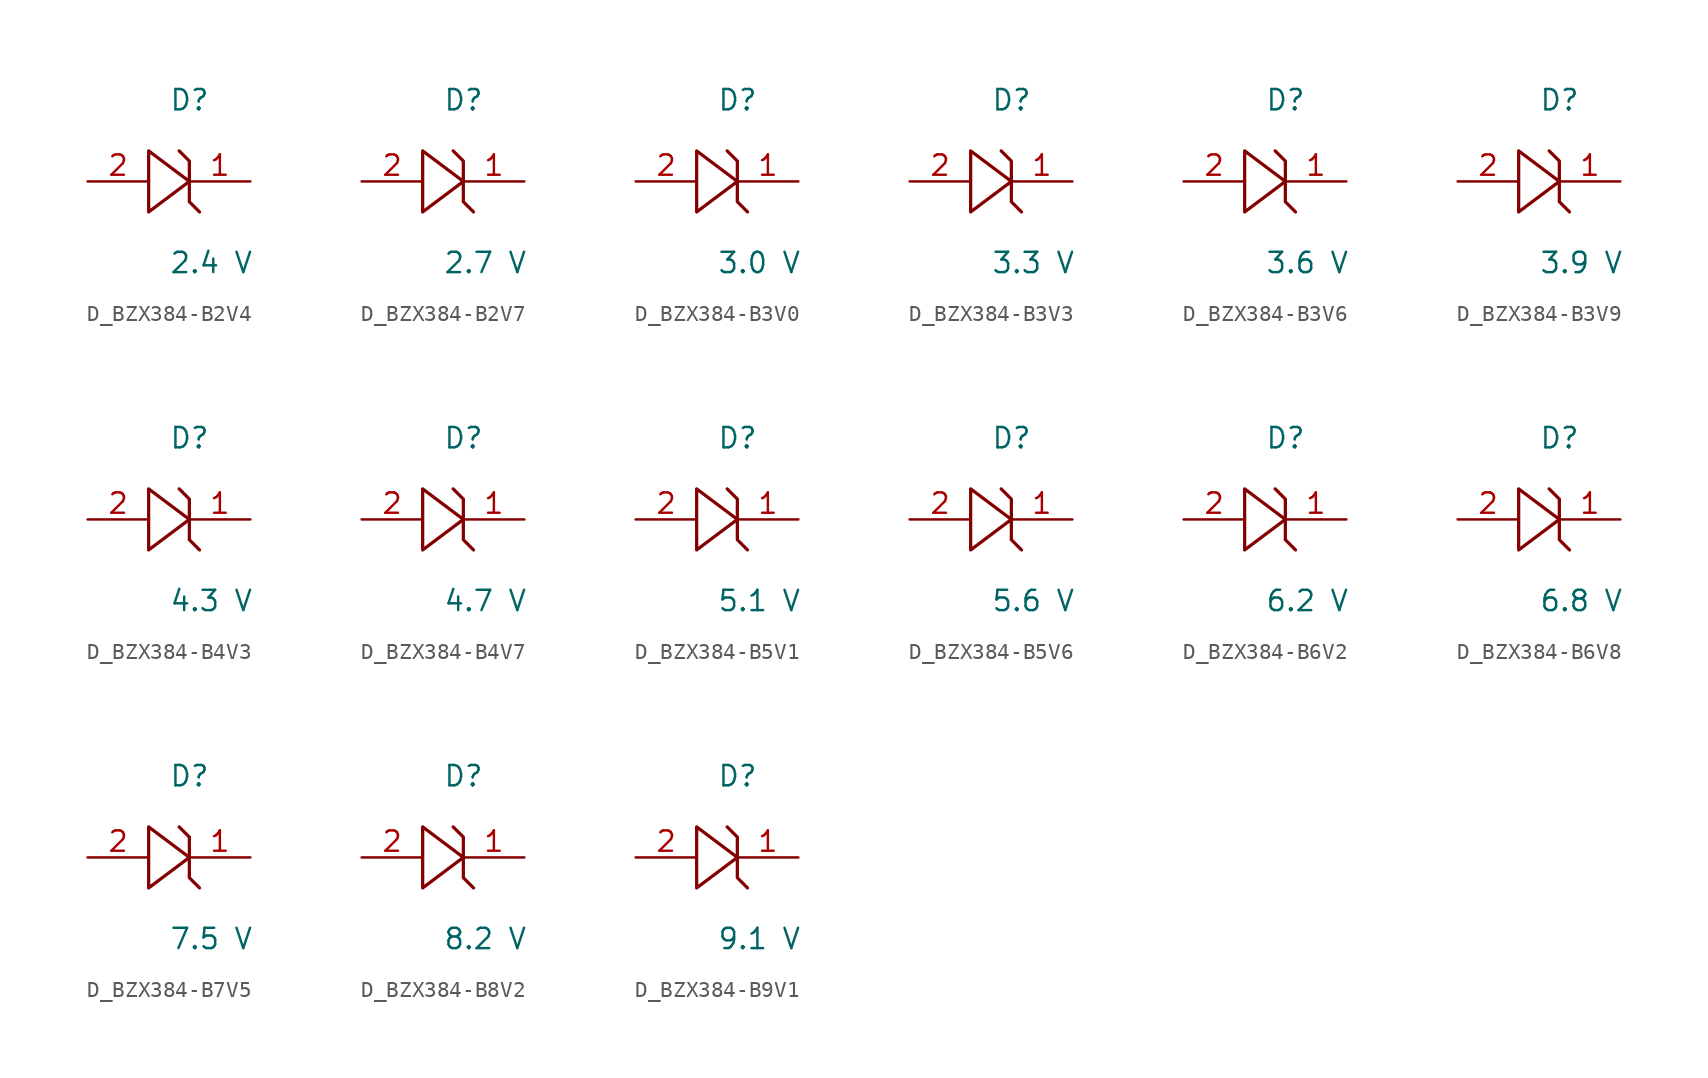
<source format=kicad_sym>
(kicad_symbol_lib
  (version 20231120)
  (generator kicad_symbol_editor)
  (generator_version 8.0)
  (symbol "D_BZX384-B2V4"
    (pin_names
      (offset 0.254))
    (property "Reference" "D"
      (at 0.0 5.08 0)
      (effects (font (size 1.27 1.27)) (justify left)))
    (property "Value" "2.4 V"
      (at 0.0 -5.08 0)
      (effects (font (size 1.27 1.27)) (justify left)))
    (symbol "D_BZX384-B2V4_1_0"
      (polyline (pts (xy 0.635 1.905) (xy 1.27 1.27) (xy 1.27 0) (xy -1.27 1.905) (xy -1.27 -1.905) (xy 1.27 0) (xy 1.27 -1.27) (xy 1.905 -1.905)) (stroke (width 0.203) (type default)) (fill (type none)))
      (pin unspecified line (at 5.08 0 180) (length 3.81) (name "" (effects (font (size 1.27 1.27)))) (number "1" (effects (font (size 1.27 1.27)))))
      (pin unspecified line (at -5.08 0 0) (length 3.81) (name "" (effects (font (size 1.27 1.27)))) (number "2" (effects (font (size 1.27 1.27)))))))
  (symbol "D_BZX384-B2V7"
    (pin_names
      (offset 0.254))
    (property "Reference" "D"
      (at 0.0 5.08 0)
      (effects (font (size 1.27 1.27)) (justify left)))
    (property "Value" "2.7 V"
      (at 0.0 -5.08 0)
      (effects (font (size 1.27 1.27)) (justify left)))
    (symbol "D_BZX384-B2V7_1_0"
      (polyline (pts (xy 0.635 1.905) (xy 1.27 1.27) (xy 1.27 0) (xy -1.27 1.905) (xy -1.27 -1.905) (xy 1.27 0) (xy 1.27 -1.27) (xy 1.905 -1.905)) (stroke (width 0.203) (type default)) (fill (type none)))
      (pin unspecified line (at 5.08 0 180) (length 3.81) (name "" (effects (font (size 1.27 1.27)))) (number "1" (effects (font (size 1.27 1.27)))))
      (pin unspecified line (at -5.08 0 0) (length 3.81) (name "" (effects (font (size 1.27 1.27)))) (number "2" (effects (font (size 1.27 1.27)))))))
  (symbol "D_BZX384-B3V0"
    (pin_names
      (offset 0.254))
    (property "Reference" "D"
      (at 0.0 5.08 0)
      (effects (font (size 1.27 1.27)) (justify left)))
    (property "Value" "3.0 V"
      (at 0.0 -5.08 0)
      (effects (font (size 1.27 1.27)) (justify left)))
    (symbol "D_BZX384-B3V0_1_0"
      (polyline (pts (xy 0.635 1.905) (xy 1.27 1.27) (xy 1.27 0) (xy -1.27 1.905) (xy -1.27 -1.905) (xy 1.27 0) (xy 1.27 -1.27) (xy 1.905 -1.905)) (stroke (width 0.203) (type default)) (fill (type none)))
      (pin unspecified line (at 5.08 0 180) (length 3.81) (name "" (effects (font (size 1.27 1.27)))) (number "1" (effects (font (size 1.27 1.27)))))
      (pin unspecified line (at -5.08 0 0) (length 3.81) (name "" (effects (font (size 1.27 1.27)))) (number "2" (effects (font (size 1.27 1.27)))))))
  (symbol "D_BZX384-B3V3"
    (pin_names
      (offset 0.254))
    (property "Reference" "D"
      (at 0.0 5.08 0)
      (effects (font (size 1.27 1.27)) (justify left)))
    (property "Value" "3.3 V"
      (at 0.0 -5.08 0)
      (effects (font (size 1.27 1.27)) (justify left)))
    (symbol "D_BZX384-B3V3_1_0"
      (polyline (pts (xy 0.635 1.905) (xy 1.27 1.27) (xy 1.27 0) (xy -1.27 1.905) (xy -1.27 -1.905) (xy 1.27 0) (xy 1.27 -1.27) (xy 1.905 -1.905)) (stroke (width 0.203) (type default)) (fill (type none)))
      (pin unspecified line (at 5.08 0 180) (length 3.81) (name "" (effects (font (size 1.27 1.27)))) (number "1" (effects (font (size 1.27 1.27)))))
      (pin unspecified line (at -5.08 0 0) (length 3.81) (name "" (effects (font (size 1.27 1.27)))) (number "2" (effects (font (size 1.27 1.27)))))))
  (symbol "D_BZX384-B3V6"
    (pin_names
      (offset 0.254))
    (property "Reference" "D"
      (at 0.0 5.08 0)
      (effects (font (size 1.27 1.27)) (justify left)))
    (property "Value" "3.6 V"
      (at 0.0 -5.08 0)
      (effects (font (size 1.27 1.27)) (justify left)))
    (symbol "D_BZX384-B3V6_1_0"
      (polyline (pts (xy 0.635 1.905) (xy 1.27 1.27) (xy 1.27 0) (xy -1.27 1.905) (xy -1.27 -1.905) (xy 1.27 0) (xy 1.27 -1.27) (xy 1.905 -1.905)) (stroke (width 0.203) (type default)) (fill (type none)))
      (pin unspecified line (at 5.08 0 180) (length 3.81) (name "" (effects (font (size 1.27 1.27)))) (number "1" (effects (font (size 1.27 1.27)))))
      (pin unspecified line (at -5.08 0 0) (length 3.81) (name "" (effects (font (size 1.27 1.27)))) (number "2" (effects (font (size 1.27 1.27)))))))
  (symbol "D_BZX384-B3V9"
    (pin_names
      (offset 0.254))
    (property "Reference" "D"
      (at 0.0 5.08 0)
      (effects (font (size 1.27 1.27)) (justify left)))
    (property "Value" "3.9 V"
      (at 0.0 -5.08 0)
      (effects (font (size 1.27 1.27)) (justify left)))
    (symbol "D_BZX384-B3V9_1_0"
      (polyline (pts (xy 0.635 1.905) (xy 1.27 1.27) (xy 1.27 0) (xy -1.27 1.905) (xy -1.27 -1.905) (xy 1.27 0) (xy 1.27 -1.27) (xy 1.905 -1.905)) (stroke (width 0.203) (type default)) (fill (type none)))
      (pin unspecified line (at 5.08 0 180) (length 3.81) (name "" (effects (font (size 1.27 1.27)))) (number "1" (effects (font (size 1.27 1.27)))))
      (pin unspecified line (at -5.08 0 0) (length 3.81) (name "" (effects (font (size 1.27 1.27)))) (number "2" (effects (font (size 1.27 1.27)))))))
  (symbol "D_BZX384-B4V3"
    (pin_names
      (offset 0.254))
    (property "Reference" "D"
      (at 0.0 5.08 0)
      (effects (font (size 1.27 1.27)) (justify left)))
    (property "Value" "4.3 V"
      (at 0.0 -5.08 0)
      (effects (font (size 1.27 1.27)) (justify left)))
    (symbol "D_BZX384-B4V3_1_0"
      (polyline (pts (xy 0.635 1.905) (xy 1.27 1.27) (xy 1.27 0) (xy -1.27 1.905) (xy -1.27 -1.905) (xy 1.27 0) (xy 1.27 -1.27) (xy 1.905 -1.905)) (stroke (width 0.203) (type default)) (fill (type none)))
      (pin unspecified line (at 5.08 0 180) (length 3.81) (name "" (effects (font (size 1.27 1.27)))) (number "1" (effects (font (size 1.27 1.27)))))
      (pin unspecified line (at -5.08 0 0) (length 3.81) (name "" (effects (font (size 1.27 1.27)))) (number "2" (effects (font (size 1.27 1.27)))))))
  (symbol "D_BZX384-B4V7"
    (pin_names
      (offset 0.254))
    (property "Reference" "D"
      (at 0.0 5.08 0)
      (effects (font (size 1.27 1.27)) (justify left)))
    (property "Value" "4.7 V"
      (at 0.0 -5.08 0)
      (effects (font (size 1.27 1.27)) (justify left)))
    (symbol "D_BZX384-B4V7_1_0"
      (polyline (pts (xy 0.635 1.905) (xy 1.27 1.27) (xy 1.27 0) (xy -1.27 1.905) (xy -1.27 -1.905) (xy 1.27 0) (xy 1.27 -1.27) (xy 1.905 -1.905)) (stroke (width 0.203) (type default)) (fill (type none)))
      (pin unspecified line (at 5.08 0 180) (length 3.81) (name "" (effects (font (size 1.27 1.27)))) (number "1" (effects (font (size 1.27 1.27)))))
      (pin unspecified line (at -5.08 0 0) (length 3.81) (name "" (effects (font (size 1.27 1.27)))) (number "2" (effects (font (size 1.27 1.27)))))))
  (symbol "D_BZX384-B5V1"
    (pin_names
      (offset 0.254))
    (property "Reference" "D"
      (at 0.0 5.08 0)
      (effects (font (size 1.27 1.27)) (justify left)))
    (property "Value" "5.1 V"
      (at 0.0 -5.08 0)
      (effects (font (size 1.27 1.27)) (justify left)))
    (symbol "D_BZX384-B5V1_1_0"
      (polyline (pts (xy 0.635 1.905) (xy 1.27 1.27) (xy 1.27 0) (xy -1.27 1.905) (xy -1.27 -1.905) (xy 1.27 0) (xy 1.27 -1.27) (xy 1.905 -1.905)) (stroke (width 0.203) (type default)) (fill (type none)))
      (pin unspecified line (at 5.08 0 180) (length 3.81) (name "" (effects (font (size 1.27 1.27)))) (number "1" (effects (font (size 1.27 1.27)))))
      (pin unspecified line (at -5.08 0 0) (length 3.81) (name "" (effects (font (size 1.27 1.27)))) (number "2" (effects (font (size 1.27 1.27)))))))
  (symbol "D_BZX384-B5V6"
    (pin_names
      (offset 0.254))
    (property "Reference" "D"
      (at 0.0 5.08 0)
      (effects (font (size 1.27 1.27)) (justify left)))
    (property "Value" "5.6 V"
      (at 0.0 -5.08 0)
      (effects (font (size 1.27 1.27)) (justify left)))
    (symbol "D_BZX384-B5V6_1_0"
      (polyline (pts (xy 0.635 1.905) (xy 1.27 1.27) (xy 1.27 0) (xy -1.27 1.905) (xy -1.27 -1.905) (xy 1.27 0) (xy 1.27 -1.27) (xy 1.905 -1.905)) (stroke (width 0.203) (type default)) (fill (type none)))
      (pin unspecified line (at 5.08 0 180) (length 3.81) (name "" (effects (font (size 1.27 1.27)))) (number "1" (effects (font (size 1.27 1.27)))))
      (pin unspecified line (at -5.08 0 0) (length 3.81) (name "" (effects (font (size 1.27 1.27)))) (number "2" (effects (font (size 1.27 1.27)))))))
  (symbol "D_BZX384-B6V2"
    (pin_names
      (offset 0.254))
    (property "Reference" "D"
      (at 0.0 5.08 0)
      (effects (font (size 1.27 1.27)) (justify left)))
    (property "Value" "6.2 V"
      (at 0.0 -5.08 0)
      (effects (font (size 1.27 1.27)) (justify left)))
    (symbol "D_BZX384-B6V2_1_0"
      (polyline (pts (xy 0.635 1.905) (xy 1.27 1.27) (xy 1.27 0) (xy -1.27 1.905) (xy -1.27 -1.905) (xy 1.27 0) (xy 1.27 -1.27) (xy 1.905 -1.905)) (stroke (width 0.203) (type default)) (fill (type none)))
      (pin unspecified line (at 5.08 0 180) (length 3.81) (name "" (effects (font (size 1.27 1.27)))) (number "1" (effects (font (size 1.27 1.27)))))
      (pin unspecified line (at -5.08 0 0) (length 3.81) (name "" (effects (font (size 1.27 1.27)))) (number "2" (effects (font (size 1.27 1.27)))))))
  (symbol "D_BZX384-B6V8"
    (pin_names
      (offset 0.254))
    (property "Reference" "D"
      (at 0.0 5.08 0)
      (effects (font (size 1.27 1.27)) (justify left)))
    (property "Value" "6.8 V"
      (at 0.0 -5.08 0)
      (effects (font (size 1.27 1.27)) (justify left)))
    (symbol "D_BZX384-B6V8_1_0"
      (polyline (pts (xy 0.635 1.905) (xy 1.27 1.27) (xy 1.27 0) (xy -1.27 1.905) (xy -1.27 -1.905) (xy 1.27 0) (xy 1.27 -1.27) (xy 1.905 -1.905)) (stroke (width 0.203) (type default)) (fill (type none)))
      (pin unspecified line (at 5.08 0 180) (length 3.81) (name "" (effects (font (size 1.27 1.27)))) (number "1" (effects (font (size 1.27 1.27)))))
      (pin unspecified line (at -5.08 0 0) (length 3.81) (name "" (effects (font (size 1.27 1.27)))) (number "2" (effects (font (size 1.27 1.27)))))))
  (symbol "D_BZX384-B7V5"
    (pin_names
      (offset 0.254))
    (property "Reference" "D"
      (at 0.0 5.08 0)
      (effects (font (size 1.27 1.27)) (justify left)))
    (property "Value" "7.5 V"
      (at 0.0 -5.08 0)
      (effects (font (size 1.27 1.27)) (justify left)))
    (symbol "D_BZX384-B7V5_1_0"
      (polyline (pts (xy 0.635 1.905) (xy 1.27 1.27) (xy 1.27 0) (xy -1.27 1.905) (xy -1.27 -1.905) (xy 1.27 0) (xy 1.27 -1.27) (xy 1.905 -1.905)) (stroke (width 0.203) (type default)) (fill (type none)))
      (pin unspecified line (at 5.08 0 180) (length 3.81) (name "" (effects (font (size 1.27 1.27)))) (number "1" (effects (font (size 1.27 1.27)))))
      (pin unspecified line (at -5.08 0 0) (length 3.81) (name "" (effects (font (size 1.27 1.27)))) (number "2" (effects (font (size 1.27 1.27)))))))
  (symbol "D_BZX384-B8V2"
    (pin_names
      (offset 0.254))
    (property "Reference" "D"
      (at 0.0 5.08 0)
      (effects (font (size 1.27 1.27)) (justify left)))
    (property "Value" "8.2 V"
      (at 0.0 -5.08 0)
      (effects (font (size 1.27 1.27)) (justify left)))
    (symbol "D_BZX384-B8V2_1_0"
      (polyline (pts (xy 0.635 1.905) (xy 1.27 1.27) (xy 1.27 0) (xy -1.27 1.905) (xy -1.27 -1.905) (xy 1.27 0) (xy 1.27 -1.27) (xy 1.905 -1.905)) (stroke (width 0.203) (type default)) (fill (type none)))
      (pin unspecified line (at 5.08 0 180) (length 3.81) (name "" (effects (font (size 1.27 1.27)))) (number "1" (effects (font (size 1.27 1.27)))))
      (pin unspecified line (at -5.08 0 0) (length 3.81) (name "" (effects (font (size 1.27 1.27)))) (number "2" (effects (font (size 1.27 1.27)))))))
  (symbol "D_BZX384-B9V1"
    (pin_names
      (offset 0.254))
    (property "Reference" "D"
      (at 0.0 5.08 0)
      (effects (font (size 1.27 1.27)) (justify left)))
    (property "Value" "9.1 V"
      (at 0.0 -5.08 0)
      (effects (font (size 1.27 1.27)) (justify left)))
    (symbol "D_BZX384-B9V1_1_0"
      (polyline (pts (xy 0.635 1.905) (xy 1.27 1.27) (xy 1.27 0) (xy -1.27 1.905) (xy -1.27 -1.905) (xy 1.27 0) (xy 1.27 -1.27) (xy 1.905 -1.905)) (stroke (width 0.203) (type default)) (fill (type none)))
      (pin unspecified line (at 5.08 0 180) (length 3.81) (name "" (effects (font (size 1.27 1.27)))) (number "1" (effects (font (size 1.27 1.27)))))
      (pin unspecified line (at -5.08 0 0) (length 3.81) (name "" (effects (font (size 1.27 1.27)))) (number "2" (effects (font (size 1.27 1.27))))))))
</source>
